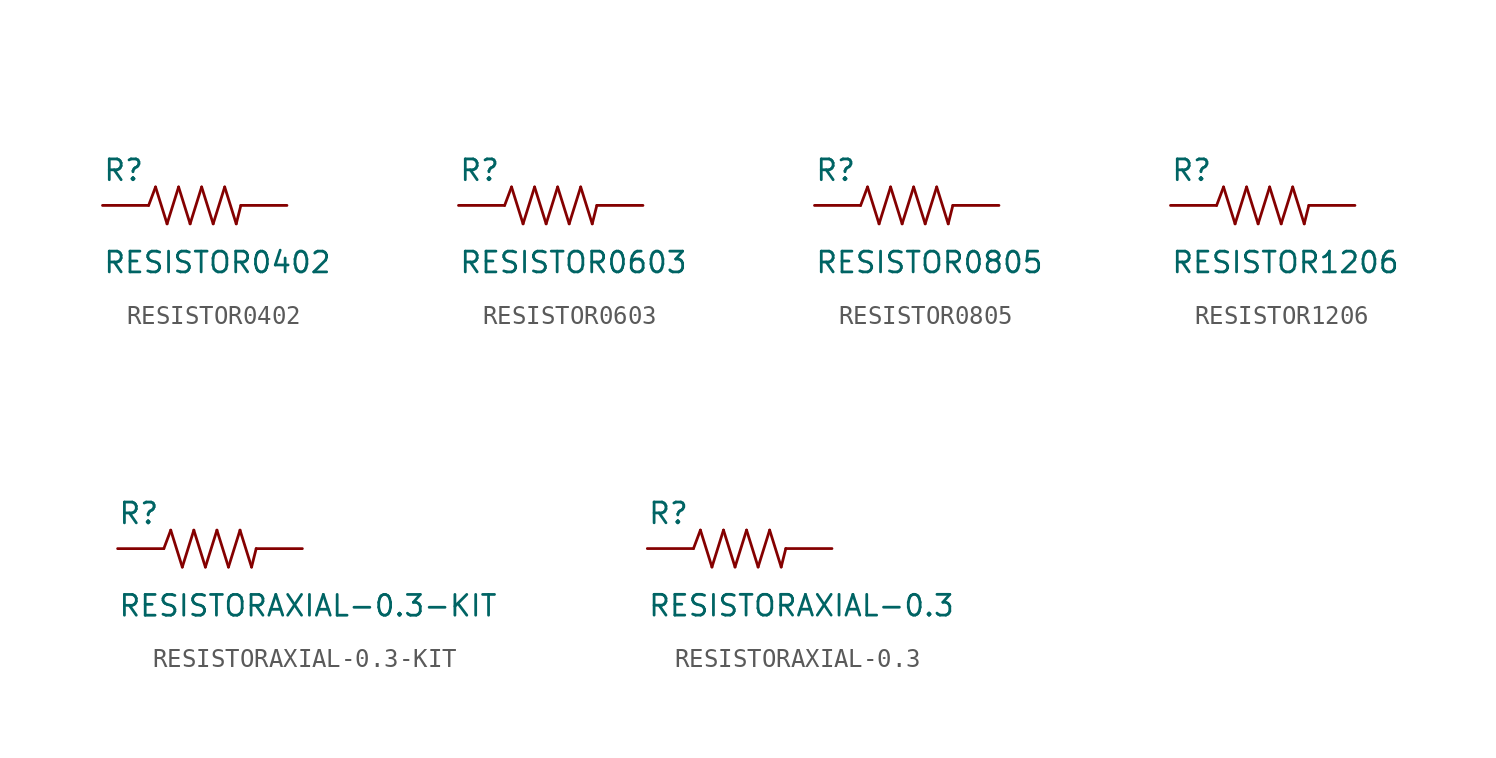
<source format=kicad_sym>
(kicad_symbol_lib
  (version 20220914)
  (generator kicad_symbol_editor)
  (symbol "RESISTOR0402"
    (pin_numbers hide)
    (pin_names
      (offset 1.016) hide)
    (property "Reference" "R"
      (at -5.08 1.27 0)
      (effects (font (size 1.143 1.143)) (justify left bottom)))
    (property "Value" "RESISTOR0402"
      (at -5.08 -3.81 0)
      (effects (font (size 1.143 1.143)) (justify left bottom)))
    (property "Field4" " "
      (at 0 5.08 0)
      (effects (font (size 1.524 1.524))))
    (property "ki_locked" ""
      (at 0 0 0)
      (effects (font (size 1.27 1.27))))
    (symbol "RESISTOR0402_1_0"
      (polyline (pts (xy -2.54 0) (xy -2.159 1.016)) (stroke (width 0) (type solid)) (fill (type none)))
      (polyline (pts (xy -2.159 1.016) (xy -1.524 -1.016)) (stroke (width 0) (type solid)) (fill (type none)))
      (polyline (pts (xy -1.524 -1.016) (xy -0.889 1.016)) (stroke (width 0) (type solid)) (fill (type none)))
      (polyline (pts (xy -0.889 1.016) (xy -0.254 -1.016)) (stroke (width 0) (type solid)) (fill (type none)))
      (polyline (pts (xy -0.254 -1.016) (xy 0.381 1.016)) (stroke (width 0) (type solid)) (fill (type none)))
      (polyline (pts (xy 0.381 1.016) (xy 1.016 -1.016)) (stroke (width 0) (type solid)) (fill (type none)))
      (polyline (pts (xy 1.016 -1.016) (xy 1.651 1.016)) (stroke (width 0) (type solid)) (fill (type none)))
      (polyline (pts (xy 1.651 1.016) (xy 2.286 -1.016)) (stroke (width 0) (type solid)) (fill (type none)))
      (polyline (pts (xy 2.286 -1.016) (xy 2.54 0)) (stroke (width 0) (type solid)) (fill (type none))))
    (symbol "RESISTOR0402_1_1"
      (pin passive line (at -5.08 0 0) (length 2.54) (name "1" (effects (font (size 1.016 1.016)))) (number "1" (effects (font (size 1.016 1.016)))))
      (pin passive line (at 5.08 0 180) (length 2.54) (name "2" (effects (font (size 1.016 1.016)))) (number "2" (effects (font (size 1.016 1.016)))))))
  (symbol "RESISTOR0603"
    (pin_numbers hide)
    (pin_names
      (offset 1.016) hide)
    (property "Reference" "R"
      (at -5.08 1.27 0)
      (effects (font (size 1.143 1.143)) (justify left bottom)))
    (property "Value" "RESISTOR0603"
      (at -5.08 -3.81 0)
      (effects (font (size 1.143 1.143)) (justify left bottom)))
    (property "Field4" " "
      (at 0 5.08 0)
      (effects (font (size 1.524 1.524))))
    (property "ki_locked" ""
      (at 0 0 0)
      (effects (font (size 1.27 1.27))))
    (symbol "RESISTOR0603_1_0"
      (polyline (pts (xy -2.54 0) (xy -2.159 1.016)) (stroke (width 0) (type solid)) (fill (type none)))
      (polyline (pts (xy -2.159 1.016) (xy -1.524 -1.016)) (stroke (width 0) (type solid)) (fill (type none)))
      (polyline (pts (xy -1.524 -1.016) (xy -0.889 1.016)) (stroke (width 0) (type solid)) (fill (type none)))
      (polyline (pts (xy -0.889 1.016) (xy -0.254 -1.016)) (stroke (width 0) (type solid)) (fill (type none)))
      (polyline (pts (xy -0.254 -1.016) (xy 0.381 1.016)) (stroke (width 0) (type solid)) (fill (type none)))
      (polyline (pts (xy 0.381 1.016) (xy 1.016 -1.016)) (stroke (width 0) (type solid)) (fill (type none)))
      (polyline (pts (xy 1.016 -1.016) (xy 1.651 1.016)) (stroke (width 0) (type solid)) (fill (type none)))
      (polyline (pts (xy 1.651 1.016) (xy 2.286 -1.016)) (stroke (width 0) (type solid)) (fill (type none)))
      (polyline (pts (xy 2.286 -1.016) (xy 2.54 0)) (stroke (width 0) (type solid)) (fill (type none))))
    (symbol "RESISTOR0603_1_1"
      (pin passive line (at -5.08 0 0) (length 2.54) (name "1" (effects (font (size 1.016 1.016)))) (number "1" (effects (font (size 1.016 1.016)))))
      (pin passive line (at 5.08 0 180) (length 2.54) (name "2" (effects (font (size 1.016 1.016)))) (number "2" (effects (font (size 1.016 1.016)))))))
  (symbol "RESISTOR0805"
    (pin_numbers hide)
    (pin_names
      (offset 1.016) hide)
    (property "Reference" "R"
      (at -5.08 1.27 0)
      (effects (font (size 1.143 1.143)) (justify left bottom)))
    (property "Value" "RESISTOR0805"
      (at -5.08 -3.81 0)
      (effects (font (size 1.143 1.143)) (justify left bottom)))
    (property "Field4" " "
      (at 0 5.08 0)
      (effects (font (size 1.524 1.524))))
    (property "ki_locked" ""
      (at 0 0 0)
      (effects (font (size 1.27 1.27))))
    (symbol "RESISTOR0805_1_0"
      (polyline (pts (xy -2.54 0) (xy -2.159 1.016)) (stroke (width 0) (type solid)) (fill (type none)))
      (polyline (pts (xy -2.159 1.016) (xy -1.524 -1.016)) (stroke (width 0) (type solid)) (fill (type none)))
      (polyline (pts (xy -1.524 -1.016) (xy -0.889 1.016)) (stroke (width 0) (type solid)) (fill (type none)))
      (polyline (pts (xy -0.889 1.016) (xy -0.254 -1.016)) (stroke (width 0) (type solid)) (fill (type none)))
      (polyline (pts (xy -0.254 -1.016) (xy 0.381 1.016)) (stroke (width 0) (type solid)) (fill (type none)))
      (polyline (pts (xy 0.381 1.016) (xy 1.016 -1.016)) (stroke (width 0) (type solid)) (fill (type none)))
      (polyline (pts (xy 1.016 -1.016) (xy 1.651 1.016)) (stroke (width 0) (type solid)) (fill (type none)))
      (polyline (pts (xy 1.651 1.016) (xy 2.286 -1.016)) (stroke (width 0) (type solid)) (fill (type none)))
      (polyline (pts (xy 2.286 -1.016) (xy 2.54 0)) (stroke (width 0) (type solid)) (fill (type none))))
    (symbol "RESISTOR0805_1_1"
      (pin passive line (at -5.08 0 0) (length 2.54) (name "1" (effects (font (size 1.016 1.016)))) (number "1" (effects (font (size 1.016 1.016)))))
      (pin passive line (at 5.08 0 180) (length 2.54) (name "2" (effects (font (size 1.016 1.016)))) (number "2" (effects (font (size 1.016 1.016)))))))
  (symbol "RESISTOR1206"
    (pin_numbers hide)
    (pin_names
      (offset 1.016) hide)
    (property "Reference" "R"
      (at -5.08 1.27 0)
      (effects (font (size 1.143 1.143)) (justify left bottom)))
    (property "Value" "RESISTOR1206"
      (at -5.08 -3.81 0)
      (effects (font (size 1.143 1.143)) (justify left bottom)))
    (property "Field4" " "
      (at 0 5.08 0)
      (effects (font (size 1.524 1.524))))
    (property "ki_locked" ""
      (at 0 0 0)
      (effects (font (size 1.27 1.27))))
    (symbol "RESISTOR1206_1_0"
      (polyline (pts (xy -2.54 0) (xy -2.159 1.016)) (stroke (width 0) (type solid)) (fill (type none)))
      (polyline (pts (xy -2.159 1.016) (xy -1.524 -1.016)) (stroke (width 0) (type solid)) (fill (type none)))
      (polyline (pts (xy -1.524 -1.016) (xy -0.889 1.016)) (stroke (width 0) (type solid)) (fill (type none)))
      (polyline (pts (xy -0.889 1.016) (xy -0.254 -1.016)) (stroke (width 0) (type solid)) (fill (type none)))
      (polyline (pts (xy -0.254 -1.016) (xy 0.381 1.016)) (stroke (width 0) (type solid)) (fill (type none)))
      (polyline (pts (xy 0.381 1.016) (xy 1.016 -1.016)) (stroke (width 0) (type solid)) (fill (type none)))
      (polyline (pts (xy 1.016 -1.016) (xy 1.651 1.016)) (stroke (width 0) (type solid)) (fill (type none)))
      (polyline (pts (xy 1.651 1.016) (xy 2.286 -1.016)) (stroke (width 0) (type solid)) (fill (type none)))
      (polyline (pts (xy 2.286 -1.016) (xy 2.54 0)) (stroke (width 0) (type solid)) (fill (type none))))
    (symbol "RESISTOR1206_1_1"
      (pin passive line (at -5.08 0 0) (length 2.54) (name "1" (effects (font (size 1.016 1.016)))) (number "1" (effects (font (size 1.016 1.016)))))
      (pin passive line (at 5.08 0 180) (length 2.54) (name "2" (effects (font (size 1.016 1.016)))) (number "2" (effects (font (size 1.016 1.016)))))))
  (symbol "RESISTORAXIAL-0.3-KIT"
    (pin_numbers hide)
    (pin_names
      (offset 1.016) hide)
    (property "Reference" "R"
      (at -5.08 1.27 0)
      (effects (font (size 1.143 1.143)) (justify left bottom)))
    (property "Value" "RESISTORAXIAL-0.3-KIT"
      (at -5.08 -3.81 0)
      (effects (font (size 1.143 1.143)) (justify left bottom)))
    (property "Field4" " "
      (at 0 5.08 0)
      (effects (font (size 1.524 1.524))))
    (property "ki_locked" ""
      (at 0 0 0)
      (effects (font (size 1.27 1.27))))
    (symbol "RESISTORAXIAL-0.3-KIT_1_0"
      (polyline (pts (xy -2.54 0) (xy -2.159 1.016)) (stroke (width 0) (type solid)) (fill (type none)))
      (polyline (pts (xy -2.159 1.016) (xy -1.524 -1.016)) (stroke (width 0) (type solid)) (fill (type none)))
      (polyline (pts (xy -1.524 -1.016) (xy -0.889 1.016)) (stroke (width 0) (type solid)) (fill (type none)))
      (polyline (pts (xy -0.889 1.016) (xy -0.254 -1.016)) (stroke (width 0) (type solid)) (fill (type none)))
      (polyline (pts (xy -0.254 -1.016) (xy 0.381 1.016)) (stroke (width 0) (type solid)) (fill (type none)))
      (polyline (pts (xy 0.381 1.016) (xy 1.016 -1.016)) (stroke (width 0) (type solid)) (fill (type none)))
      (polyline (pts (xy 1.016 -1.016) (xy 1.651 1.016)) (stroke (width 0) (type solid)) (fill (type none)))
      (polyline (pts (xy 1.651 1.016) (xy 2.286 -1.016)) (stroke (width 0) (type solid)) (fill (type none)))
      (polyline (pts (xy 2.286 -1.016) (xy 2.54 0)) (stroke (width 0) (type solid)) (fill (type none))))
    (symbol "RESISTORAXIAL-0.3-KIT_1_1"
      (pin passive line (at -5.08 0 0) (length 2.54) (name "1" (effects (font (size 1.016 1.016)))) (number "P$1" (effects (font (size 1.016 1.016)))))
      (pin passive line (at 5.08 0 180) (length 2.54) (name "2" (effects (font (size 1.016 1.016)))) (number "P$2" (effects (font (size 1.016 1.016)))))))
  (symbol "RESISTORAXIAL-0.3"
    (pin_numbers hide)
    (pin_names
      (offset 1.016) hide)
    (property "Reference" "R"
      (at -5.08 1.27 0)
      (effects (font (size 1.143 1.143)) (justify left bottom)))
    (property "Value" "RESISTORAXIAL-0.3"
      (at -5.08 -3.81 0)
      (effects (font (size 1.143 1.143)) (justify left bottom)))
    (property "Field4" " "
      (at 0 5.08 0)
      (effects (font (size 1.524 1.524))))
    (property "ki_locked" ""
      (at 0 0 0)
      (effects (font (size 1.27 1.27))))
    (symbol "RESISTORAXIAL-0.3_1_0"
      (polyline (pts (xy -2.54 0) (xy -2.159 1.016)) (stroke (width 0) (type solid)) (fill (type none)))
      (polyline (pts (xy -2.159 1.016) (xy -1.524 -1.016)) (stroke (width 0) (type solid)) (fill (type none)))
      (polyline (pts (xy -1.524 -1.016) (xy -0.889 1.016)) (stroke (width 0) (type solid)) (fill (type none)))
      (polyline (pts (xy -0.889 1.016) (xy -0.254 -1.016)) (stroke (width 0) (type solid)) (fill (type none)))
      (polyline (pts (xy -0.254 -1.016) (xy 0.381 1.016)) (stroke (width 0) (type solid)) (fill (type none)))
      (polyline (pts (xy 0.381 1.016) (xy 1.016 -1.016)) (stroke (width 0) (type solid)) (fill (type none)))
      (polyline (pts (xy 1.016 -1.016) (xy 1.651 1.016)) (stroke (width 0) (type solid)) (fill (type none)))
      (polyline (pts (xy 1.651 1.016) (xy 2.286 -1.016)) (stroke (width 0) (type solid)) (fill (type none)))
      (polyline (pts (xy 2.286 -1.016) (xy 2.54 0)) (stroke (width 0) (type solid)) (fill (type none))))
    (symbol "RESISTORAXIAL-0.3_1_1"
      (pin passive line (at -5.08 0 0) (length 2.54) (name "1" (effects (font (size 1.016 1.016)))) (number "P$1" (effects (font (size 1.016 1.016)))))
      (pin passive line (at 5.08 0 180) (length 2.54) (name "2" (effects (font (size 1.016 1.016)))) (number "P$2" (effects (font (size 1.016 1.016))))))))
</source>
